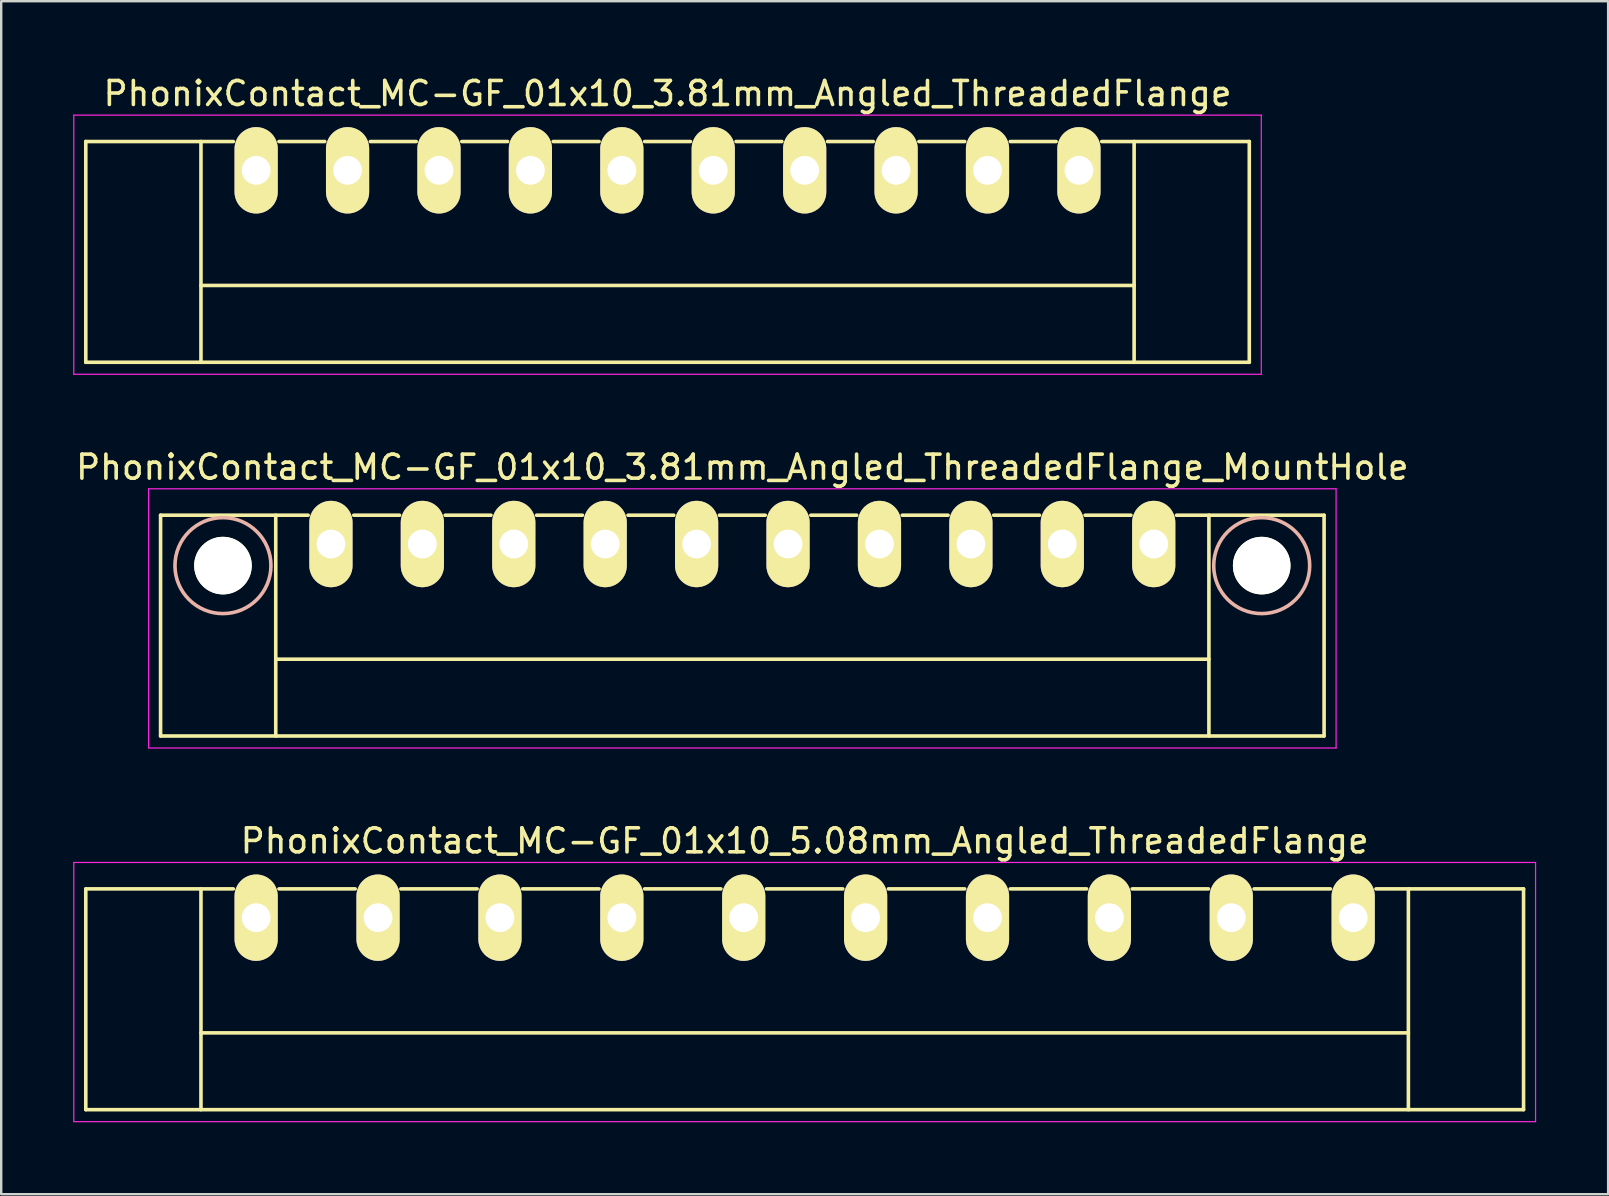
<source format=kicad_pcb>
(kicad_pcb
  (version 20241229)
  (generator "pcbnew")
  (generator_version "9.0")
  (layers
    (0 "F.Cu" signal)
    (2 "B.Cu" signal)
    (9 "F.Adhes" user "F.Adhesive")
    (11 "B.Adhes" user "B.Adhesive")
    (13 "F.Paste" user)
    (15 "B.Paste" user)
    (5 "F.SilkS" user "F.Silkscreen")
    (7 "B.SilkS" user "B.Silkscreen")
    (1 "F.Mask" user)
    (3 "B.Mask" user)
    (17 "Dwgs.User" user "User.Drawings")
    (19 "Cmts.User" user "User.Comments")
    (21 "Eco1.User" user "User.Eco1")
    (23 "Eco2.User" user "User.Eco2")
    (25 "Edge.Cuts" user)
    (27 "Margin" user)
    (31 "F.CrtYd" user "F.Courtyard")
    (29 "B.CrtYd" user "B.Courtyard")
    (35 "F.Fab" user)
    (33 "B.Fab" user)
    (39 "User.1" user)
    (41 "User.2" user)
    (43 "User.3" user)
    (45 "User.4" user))
  (footprint "PhonixContact_MC-GF_01x10_3.81mm_Angled_ThreadedFlange_MountHole"
    (layer "F.Cu")
    (at 10.742 19.622)
    (property "Reference" "PhonixContact_MC-GF_01x10_3.81mm_Angled_ThreadedFlange_MountHole" (at 17.145 -3.2 0) (layer "F.SilkS") (effects (font (size 1 1) (thickness 0.15))))
    (attr through_hole)
    (fp_line (start -7.1 -1.2) (end -7.1 8) (stroke (width 0.15) (type solid)) (layer "F.SilkS"))
    (fp_line (start -7.1 -1.2) (end -0.95 -1.2) (stroke (width 0.15) (type solid)) (layer "F.SilkS"))
    (fp_line (start -7.1 8) (end 41.39 8) (stroke (width 0.15) (type solid)) (layer "F.SilkS"))
    (fp_line (start -2.3 -1.2) (end -2.3 8) (stroke (width 0.15) (type solid)) (layer "F.SilkS"))
    (fp_line (start -2.3 4.8) (end 36.59 4.8) (stroke (width 0.15) (type solid)) (layer "F.SilkS"))
    (fp_line (start 0.95 -1.2) (end 2.86 -1.2) (stroke (width 0.15) (type solid)) (layer "F.SilkS"))
    (fp_line (start 4.76 -1.2) (end 6.67 -1.2) (stroke (width 0.15) (type solid)) (layer "F.SilkS"))
    (fp_line (start 8.57 -1.2) (end 10.48 -1.2) (stroke (width 0.15) (type solid)) (layer "F.SilkS"))
    (fp_line (start 12.38 -1.2) (end 14.29 -1.2) (stroke (width 0.15) (type solid)) (layer "F.SilkS"))
    (fp_line (start 16.19 -1.2) (end 18.1 -1.2) (stroke (width 0.15) (type solid)) (layer "F.SilkS"))
    (fp_line (start 20 -1.2) (end 21.91 -1.2) (stroke (width 0.15) (type solid)) (layer "F.SilkS"))
    (fp_line (start 23.81 -1.2) (end 25.72 -1.2) (stroke (width 0.15) (type solid)) (layer "F.SilkS"))
    (fp_line (start 27.62 -1.2) (end 29.53 -1.2) (stroke (width 0.15) (type solid)) (layer "F.SilkS"))
    (fp_line (start 31.43 -1.2) (end 33.34 -1.2) (stroke (width 0.15) (type solid)) (layer "F.SilkS"))
    (fp_line (start 36.59 -1.2) (end 36.59 8) (stroke (width 0.15) (type solid)) (layer "F.SilkS"))
    (fp_line (start 41.39 -1.2) (end 35.24 -1.2) (stroke (width 0.15) (type solid)) (layer "F.SilkS"))
    (fp_line (start 41.39 8) (end 41.39 -1.2) (stroke (width 0.15) (type solid)) (layer "F.SilkS"))
    (fp_circle (center -4.5 0.9) (end -2.5 0.9) (stroke (width 0.15) (type solid)) (fill no) (layer "B.SilkS"))
    (fp_circle (center 38.79 0.9) (end 40.79 0.9) (stroke (width 0.15) (type solid)) (fill no) (layer "B.SilkS"))
    (fp_line (start -7.6 -2.3) (end -7.6 8.5) (stroke (width 0.05) (type solid)) (layer "F.CrtYd"))
    (fp_line (start -7.6 8.5) (end 41.89 8.5) (stroke (width 0.05) (type solid)) (layer "F.CrtYd"))
    (fp_line (start 41.89 -2.3) (end -7.6 -2.3) (stroke (width 0.05) (type solid)) (layer "F.CrtYd"))
    (fp_line (start 41.89 8.5) (end 41.89 -2.3) (stroke (width 0.05) (type solid)) (layer "F.CrtYd"))
    (pad "" np_thru_hole circle (at -4.5 0.9) (size 2.4 2.4) (drill 2.4) (layers "*.Cu" "*.Mask" "F.SilkS"))
    (pad "" np_thru_hole circle (at 38.79 0.9) (size 2.4 2.4) (drill 2.4) (layers "*.Cu" "*.Mask" "F.SilkS"))
    (pad "1" thru_hole oval (at 0 0) (size 1.8 3.6) (drill 1.2) (layers "*.Cu" "*.Mask" "F.SilkS"))
    (pad "2" thru_hole oval (at 3.81 0) (size 1.8 3.6) (drill 1.2) (layers "*.Cu" "*.Mask" "F.SilkS"))
    (pad "3" thru_hole oval (at 7.62 0) (size 1.8 3.6) (drill 1.2) (layers "*.Cu" "*.Mask" "F.SilkS"))
    (pad "4" thru_hole oval (at 11.43 0) (size 1.8 3.6) (drill 1.2) (layers "*.Cu" "*.Mask" "F.SilkS"))
    (pad "5" thru_hole oval (at 15.24 0) (size 1.8 3.6) (drill 1.2) (layers "*.Cu" "*.Mask" "F.SilkS"))
    (pad "6" thru_hole oval (at 19.05 0) (size 1.8 3.6) (drill 1.2) (layers "*.Cu" "*.Mask" "F.SilkS"))
    (pad "7" thru_hole oval (at 22.86 0) (size 1.8 3.6) (drill 1.2) (layers "*.Cu" "*.Mask" "F.SilkS"))
    (pad "8" thru_hole oval (at 26.67 0) (size 1.8 3.6) (drill 1.2) (layers "*.Cu" "*.Mask" "F.SilkS"))
    (pad "9" thru_hole oval (at 30.48 0) (size 1.8 3.6) (drill 1.2) (layers "*.Cu" "*.Mask" "F.SilkS"))
    (pad "10" thru_hole oval (at 34.29 0) (size 1.8 3.6) (drill 1.2) (layers "*.Cu" "*.Mask" "F.SilkS")))
  (footprint "PhonixContact_MC-GF_01x10_3.81mm_Angled_ThreadedFlange"
    (layer "F.Cu")
    (at 7.625 4.048)
    (property "Reference" "PhonixContact_MC-GF_01x10_3.81mm_Angled_ThreadedFlange" (at 17.145 -3.2 0) (layer "F.SilkS") (effects (font (size 1 1) (thickness 0.15))))
    (attr through_hole)
    (fp_line (start -7.1 -1.2) (end -7.1 8) (stroke (width 0.15) (type solid)) (layer "F.SilkS"))
    (fp_line (start -7.1 -1.2) (end -0.95 -1.2) (stroke (width 0.15) (type solid)) (layer "F.SilkS"))
    (fp_line (start -7.1 8) (end 41.39 8) (stroke (width 0.15) (type solid)) (layer "F.SilkS"))
    (fp_line (start -2.3 -1.2) (end -2.3 8) (stroke (width 0.15) (type solid)) (layer "F.SilkS"))
    (fp_line (start -2.3 4.8) (end 36.59 4.8) (stroke (width 0.15) (type solid)) (layer "F.SilkS"))
    (fp_line (start 0.95 -1.2) (end 2.86 -1.2) (stroke (width 0.15) (type solid)) (layer "F.SilkS"))
    (fp_line (start 4.76 -1.2) (end 6.67 -1.2) (stroke (width 0.15) (type solid)) (layer "F.SilkS"))
    (fp_line (start 8.57 -1.2) (end 10.48 -1.2) (stroke (width 0.15) (type solid)) (layer "F.SilkS"))
    (fp_line (start 12.38 -1.2) (end 14.29 -1.2) (stroke (width 0.15) (type solid)) (layer "F.SilkS"))
    (fp_line (start 16.19 -1.2) (end 18.1 -1.2) (stroke (width 0.15) (type solid)) (layer "F.SilkS"))
    (fp_line (start 20 -1.2) (end 21.91 -1.2) (stroke (width 0.15) (type solid)) (layer "F.SilkS"))
    (fp_line (start 23.81 -1.2) (end 25.72 -1.2) (stroke (width 0.15) (type solid)) (layer "F.SilkS"))
    (fp_line (start 27.62 -1.2) (end 29.53 -1.2) (stroke (width 0.15) (type solid)) (layer "F.SilkS"))
    (fp_line (start 31.43 -1.2) (end 33.34 -1.2) (stroke (width 0.15) (type solid)) (layer "F.SilkS"))
    (fp_line (start 36.59 -1.2) (end 36.59 8) (stroke (width 0.15) (type solid)) (layer "F.SilkS"))
    (fp_line (start 41.39 -1.2) (end 35.24 -1.2) (stroke (width 0.15) (type solid)) (layer "F.SilkS"))
    (fp_line (start 41.39 8) (end 41.39 -1.2) (stroke (width 0.15) (type solid)) (layer "F.SilkS"))
    (fp_line (start -7.6 -2.3) (end -7.6 8.5) (stroke (width 0.05) (type solid)) (layer "F.CrtYd"))
    (fp_line (start -7.6 8.5) (end 41.89 8.5) (stroke (width 0.05) (type solid)) (layer "F.CrtYd"))
    (fp_line (start 41.89 -2.3) (end -7.6 -2.3) (stroke (width 0.05) (type solid)) (layer "F.CrtYd"))
    (fp_line (start 41.89 8.5) (end 41.89 -2.3) (stroke (width 0.05) (type solid)) (layer "F.CrtYd"))
    (pad "1" thru_hole oval (at 0 0) (size 1.8 3.6) (drill 1.2) (layers "*.Cu" "*.Mask" "F.SilkS"))
    (pad "2" thru_hole oval (at 3.81 0) (size 1.8 3.6) (drill 1.2) (layers "*.Cu" "*.Mask" "F.SilkS"))
    (pad "3" thru_hole oval (at 7.62 0) (size 1.8 3.6) (drill 1.2) (layers "*.Cu" "*.Mask" "F.SilkS"))
    (pad "4" thru_hole oval (at 11.43 0) (size 1.8 3.6) (drill 1.2) (layers "*.Cu" "*.Mask" "F.SilkS"))
    (pad "5" thru_hole oval (at 15.24 0) (size 1.8 3.6) (drill 1.2) (layers "*.Cu" "*.Mask" "F.SilkS"))
    (pad "6" thru_hole oval (at 19.05 0) (size 1.8 3.6) (drill 1.2) (layers "*.Cu" "*.Mask" "F.SilkS"))
    (pad "7" thru_hole oval (at 22.86 0) (size 1.8 3.6) (drill 1.2) (layers "*.Cu" "*.Mask" "F.SilkS"))
    (pad "8" thru_hole oval (at 26.67 0) (size 1.8 3.6) (drill 1.2) (layers "*.Cu" "*.Mask" "F.SilkS"))
    (pad "9" thru_hole oval (at 30.48 0) (size 1.8 3.6) (drill 1.2) (layers "*.Cu" "*.Mask" "F.SilkS"))
    (pad "10" thru_hole oval (at 34.29 0) (size 1.8 3.6) (drill 1.2) (layers "*.Cu" "*.Mask" "F.SilkS")))
  (footprint "PhonixContact_MC-GF_01x10_5.08mm_Angled_ThreadedFlange"
    (layer "F.Cu")
    (at 7.625 35.195)
    (property "Reference" "PhonixContact_MC-GF_01x10_5.08mm_Angled_ThreadedFlange" (at 22.86 -3.2 0) (layer "F.SilkS") (effects (font (size 1 1) (thickness 0.15))))
    (attr through_hole)
    (fp_line (start -7.1 -1.2) (end -7.1 8) (stroke (width 0.15) (type solid)) (layer "F.SilkS"))
    (fp_line (start -7.1 -1.2) (end -0.95 -1.2) (stroke (width 0.15) (type solid)) (layer "F.SilkS"))
    (fp_line (start -7.1 8) (end 52.82 8) (stroke (width 0.15) (type solid)) (layer "F.SilkS"))
    (fp_line (start -2.3 -1.2) (end -2.3 8) (stroke (width 0.15) (type solid)) (layer "F.SilkS"))
    (fp_line (start -2.3 4.8) (end 48.02 4.8) (stroke (width 0.15) (type solid)) (layer "F.SilkS"))
    (fp_line (start 0.95 -1.2) (end 4.13 -1.2) (stroke (width 0.15) (type solid)) (layer "F.SilkS"))
    (fp_line (start 6.03 -1.2) (end 9.21 -1.2) (stroke (width 0.15) (type solid)) (layer "F.SilkS"))
    (fp_line (start 11.11 -1.2) (end 14.29 -1.2) (stroke (width 0.15) (type solid)) (layer "F.SilkS"))
    (fp_line (start 16.19 -1.2) (end 19.37 -1.2) (stroke (width 0.15) (type solid)) (layer "F.SilkS"))
    (fp_line (start 21.27 -1.2) (end 24.45 -1.2) (stroke (width 0.15) (type solid)) (layer "F.SilkS"))
    (fp_line (start 26.35 -1.2) (end 29.53 -1.2) (stroke (width 0.15) (type solid)) (layer "F.SilkS"))
    (fp_line (start 31.43 -1.2) (end 34.61 -1.2) (stroke (width 0.15) (type solid)) (layer "F.SilkS"))
    (fp_line (start 36.51 -1.2) (end 39.69 -1.2) (stroke (width 0.15) (type solid)) (layer "F.SilkS"))
    (fp_line (start 41.59 -1.2) (end 44.77 -1.2) (stroke (width 0.15) (type solid)) (layer "F.SilkS"))
    (fp_line (start 48.02 -1.2) (end 48.02 8) (stroke (width 0.15) (type solid)) (layer "F.SilkS"))
    (fp_line (start 52.82 -1.2) (end 46.67 -1.2) (stroke (width 0.15) (type solid)) (layer "F.SilkS"))
    (fp_line (start 52.82 8) (end 52.82 -1.2) (stroke (width 0.15) (type solid)) (layer "F.SilkS"))
    (fp_line (start -7.6 -2.3) (end -7.6 8.5) (stroke (width 0.05) (type solid)) (layer "F.CrtYd"))
    (fp_line (start -7.6 8.5) (end 53.32 8.5) (stroke (width 0.05) (type solid)) (layer "F.CrtYd"))
    (fp_line (start 53.32 -2.3) (end -7.6 -2.3) (stroke (width 0.05) (type solid)) (layer "F.CrtYd"))
    (fp_line (start 53.32 8.5) (end 53.32 -2.3) (stroke (width 0.05) (type solid)) (layer "F.CrtYd"))
    (pad "1" thru_hole oval (at 0 0) (size 1.8 3.6) (drill 1.2) (layers "*.Cu" "*.Mask" "F.SilkS"))
    (pad "2" thru_hole oval (at 5.08 0) (size 1.8 3.6) (drill 1.2) (layers "*.Cu" "*.Mask" "F.SilkS"))
    (pad "3" thru_hole oval (at 10.16 0) (size 1.8 3.6) (drill 1.2) (layers "*.Cu" "*.Mask" "F.SilkS"))
    (pad "4" thru_hole oval (at 15.24 0) (size 1.8 3.6) (drill 1.2) (layers "*.Cu" "*.Mask" "F.SilkS"))
    (pad "5" thru_hole oval (at 20.32 0) (size 1.8 3.6) (drill 1.2) (layers "*.Cu" "*.Mask" "F.SilkS"))
    (pad "6" thru_hole oval (at 25.4 0) (size 1.8 3.6) (drill 1.2) (layers "*.Cu" "*.Mask" "F.SilkS"))
    (pad "7" thru_hole oval (at 30.48 0) (size 1.8 3.6) (drill 1.2) (layers "*.Cu" "*.Mask" "F.SilkS"))
    (pad "8" thru_hole oval (at 35.56 0) (size 1.8 3.6) (drill 1.2) (layers "*.Cu" "*.Mask" "F.SilkS"))
    (pad "9" thru_hole oval (at 40.64 0) (size 1.8 3.6) (drill 1.2) (layers "*.Cu" "*.Mask" "F.SilkS"))
    (pad "10" thru_hole oval (at 45.72 0) (size 1.8 3.6) (drill 1.2) (layers "*.Cu" "*.Mask" "F.SilkS")))
  (gr_rect
    (start -3 -3)
    (end 63.97 46.72)
    (stroke (width 0.1) (type default))
    (fill no)
    (layer "Edge.Cuts")))
</source>
